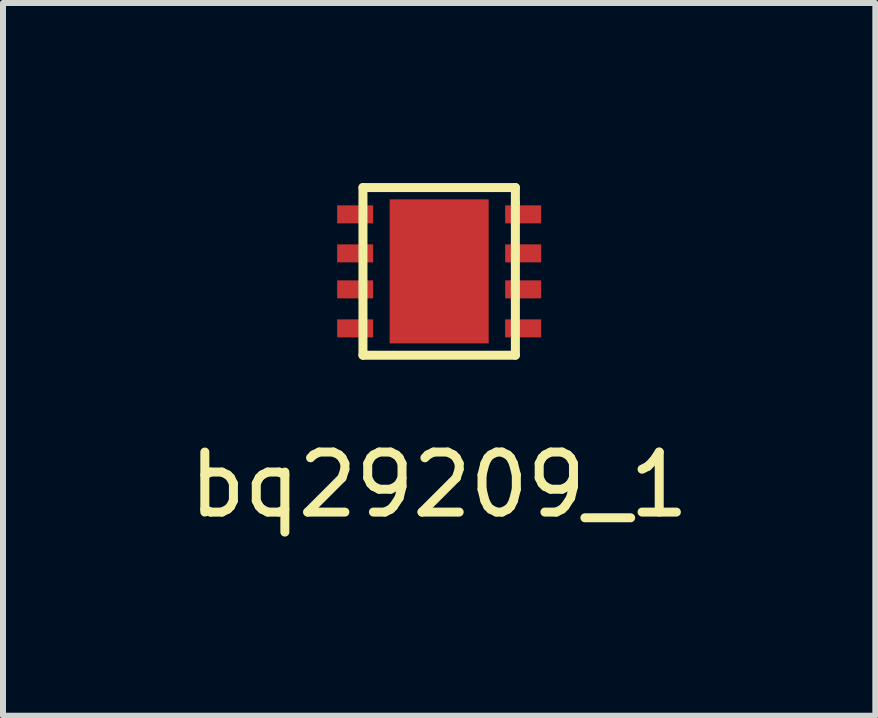
<source format=kicad_pcb>
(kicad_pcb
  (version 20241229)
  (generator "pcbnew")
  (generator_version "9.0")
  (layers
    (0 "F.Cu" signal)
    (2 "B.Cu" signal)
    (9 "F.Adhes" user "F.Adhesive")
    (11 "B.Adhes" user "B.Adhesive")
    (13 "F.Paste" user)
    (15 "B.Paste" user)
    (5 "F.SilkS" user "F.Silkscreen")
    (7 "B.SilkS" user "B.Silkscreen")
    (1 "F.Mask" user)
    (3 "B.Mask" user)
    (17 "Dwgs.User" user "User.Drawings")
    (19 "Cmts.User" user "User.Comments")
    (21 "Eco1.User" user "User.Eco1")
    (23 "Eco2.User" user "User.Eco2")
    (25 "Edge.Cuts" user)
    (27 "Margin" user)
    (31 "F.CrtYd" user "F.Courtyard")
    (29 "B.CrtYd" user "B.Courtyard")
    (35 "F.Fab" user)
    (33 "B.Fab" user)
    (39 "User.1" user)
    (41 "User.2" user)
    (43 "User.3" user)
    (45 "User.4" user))
  (footprint "bq29209_1"
    (layer "F.Cu")
    (at 4.268 1.472)
    (property "Reference" "bq29209_1" (at 0 3.556 0) (layer "F.SilkS") (effects (font (size 1 1) (thickness 0.15))))
    (attr through_hole)
    (fp_line (start -1.27 -1.397) (end 1.27 -1.397) (stroke (width 0.15) (type solid)) (layer "F.SilkS"))
    (fp_line (start -1.27 1.397) (end -1.27 -1.397) (stroke (width 0.15) (type solid)) (layer "F.SilkS"))
    (fp_line (start 1.27 -1.397) (end 1.27 -1.143) (stroke (width 0.15) (type solid)) (layer "F.SilkS"))
    (fp_line (start 1.27 -1.143) (end 1.27 1.397) (stroke (width 0.15) (type solid)) (layer "F.SilkS"))
    (fp_line (start 1.27 1.397) (end -1.27 1.397) (stroke (width 0.15) (type solid)) (layer "F.SilkS"))
    (pad "1" smd rect (at -1.4 -0.95) (size 0.6 0.3) (layers "F.Cu" "F.Mask" "F.Paste"))
    (pad "2" smd rect (at -1.4 -0.3) (size 0.6 0.3) (layers "F.Cu" "F.Mask" "F.Paste"))
    (pad "3" smd rect (at -1.4 0.3) (size 0.6 0.3) (layers "F.Cu" "F.Mask" "F.Paste"))
    (pad "4" smd rect (at -1.4 0.95) (size 0.6 0.3) (layers "F.Cu" "F.Mask" "F.Paste"))
    (pad "5" smd rect (at 1.4 -0.95) (size 0.6 0.3) (layers "F.Cu" "F.Mask" "F.Paste"))
    (pad "6" smd rect (at 1.4 -0.3) (size 0.6 0.3) (layers "F.Cu" "F.Mask" "F.Paste"))
    (pad "7" smd rect (at 1.4 0.3) (size 0.6 0.3) (layers "F.Cu" "F.Mask" "F.Paste"))
    (pad "8" smd rect (at 1.4 0.95) (size 0.6 0.3) (layers "F.Cu" "F.Mask" "F.Paste"))
    (pad "9" smd rect (at 0 0) (size 1.65 2.4) (layers "F.Cu" "F.Mask" "F.Paste")))
  (gr_rect
    (start -3 -3)
    (end 11.536 8.876)
    (stroke (width 0.1) (type default))
    (fill no)
    (layer "Edge.Cuts")))
</source>
